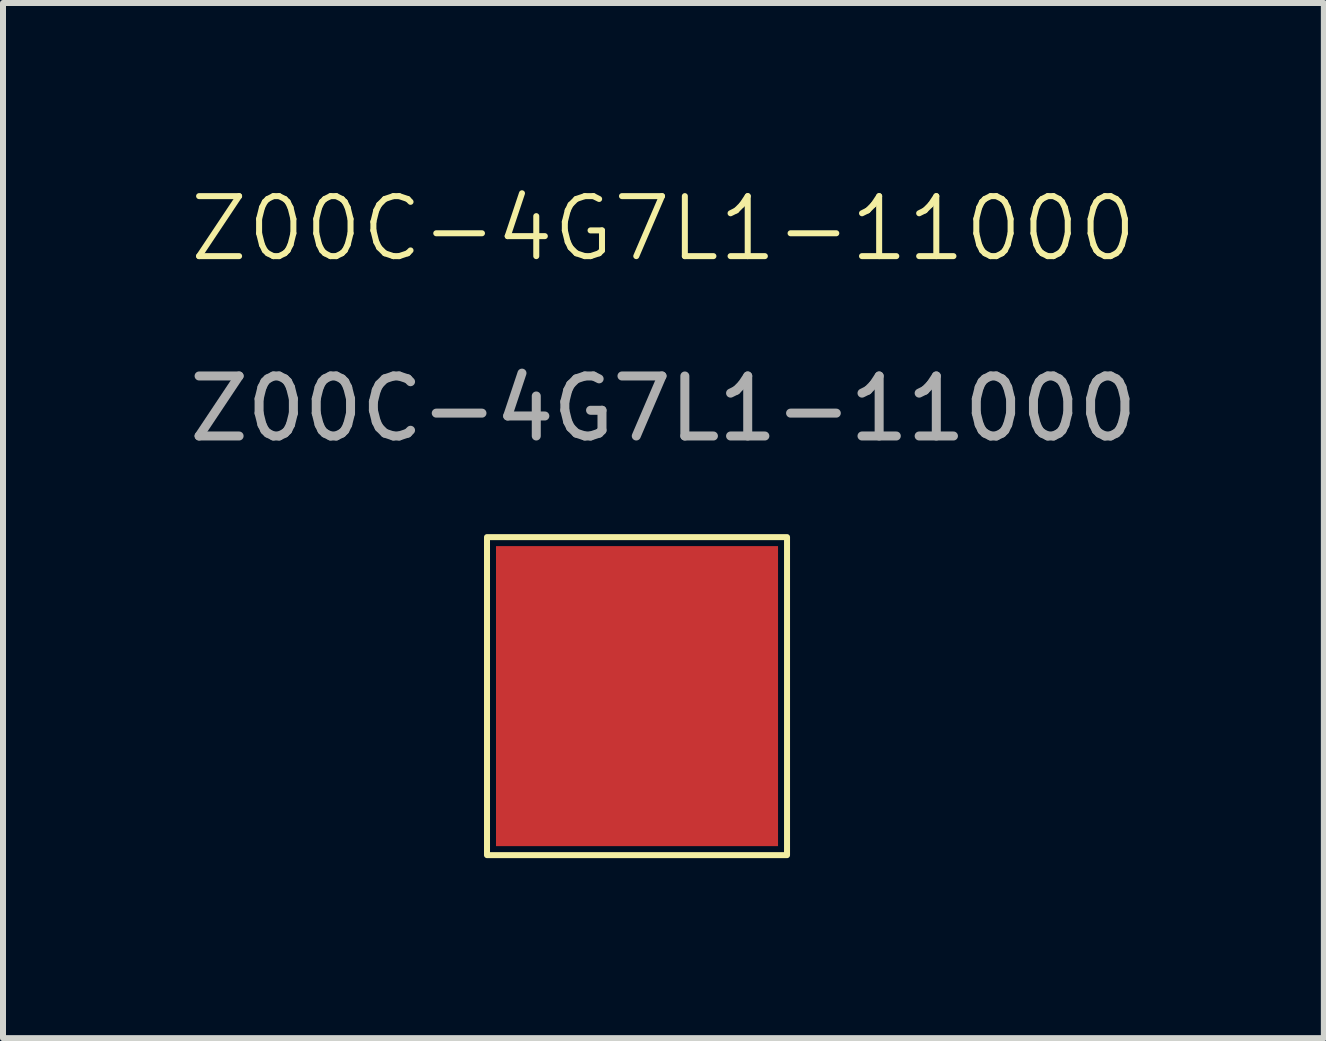
<source format=kicad_pcb>
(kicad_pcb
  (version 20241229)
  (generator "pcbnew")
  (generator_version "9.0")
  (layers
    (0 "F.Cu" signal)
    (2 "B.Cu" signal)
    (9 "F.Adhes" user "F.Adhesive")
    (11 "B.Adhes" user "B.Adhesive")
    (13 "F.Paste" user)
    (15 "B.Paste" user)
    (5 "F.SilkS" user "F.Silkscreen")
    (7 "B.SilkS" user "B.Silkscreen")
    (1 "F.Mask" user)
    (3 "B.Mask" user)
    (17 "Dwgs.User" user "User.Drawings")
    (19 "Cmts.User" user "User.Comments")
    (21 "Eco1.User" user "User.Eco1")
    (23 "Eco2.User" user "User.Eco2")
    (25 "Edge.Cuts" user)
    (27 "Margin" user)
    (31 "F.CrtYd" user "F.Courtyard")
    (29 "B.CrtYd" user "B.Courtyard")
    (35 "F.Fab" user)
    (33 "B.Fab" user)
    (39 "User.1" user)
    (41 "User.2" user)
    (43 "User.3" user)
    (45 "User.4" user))
  (footprint "Z00C-4G7L1-11000"
    (layer "F.Cu")
    (at 5.466 6.301)
    (property "Reference" "Z00C-4G7L1-11000" (at 2.54 -5.54 0) (unlocked yes) (layer "F.SilkS") (effects (font (size 1 1) (thickness 0.1))))
    (attr through_hole)
    (fp_rect (start -0.4 -0.4) (end 4.6 4.9) (stroke (width 0.1) (type default)) (fill no) (layer "F.SilkS"))
    (fp_text user "${REFERENCE}" (at 2.54 -2.54 0) (unlocked yes) (layer "F.Fab") (effects (font (size 1 1) (thickness 0.15))))
    (pad "1" smd rect (at 2.1 2.25) (size 4.7 5) (layers "F.Cu" "F.Mask" "F.Paste")))
  (gr_rect
    (start -3 -3)
    (end 19.012 14.251)
    (stroke (width 0.1) (type default))
    (fill no)
    (layer "Edge.Cuts")))
</source>
